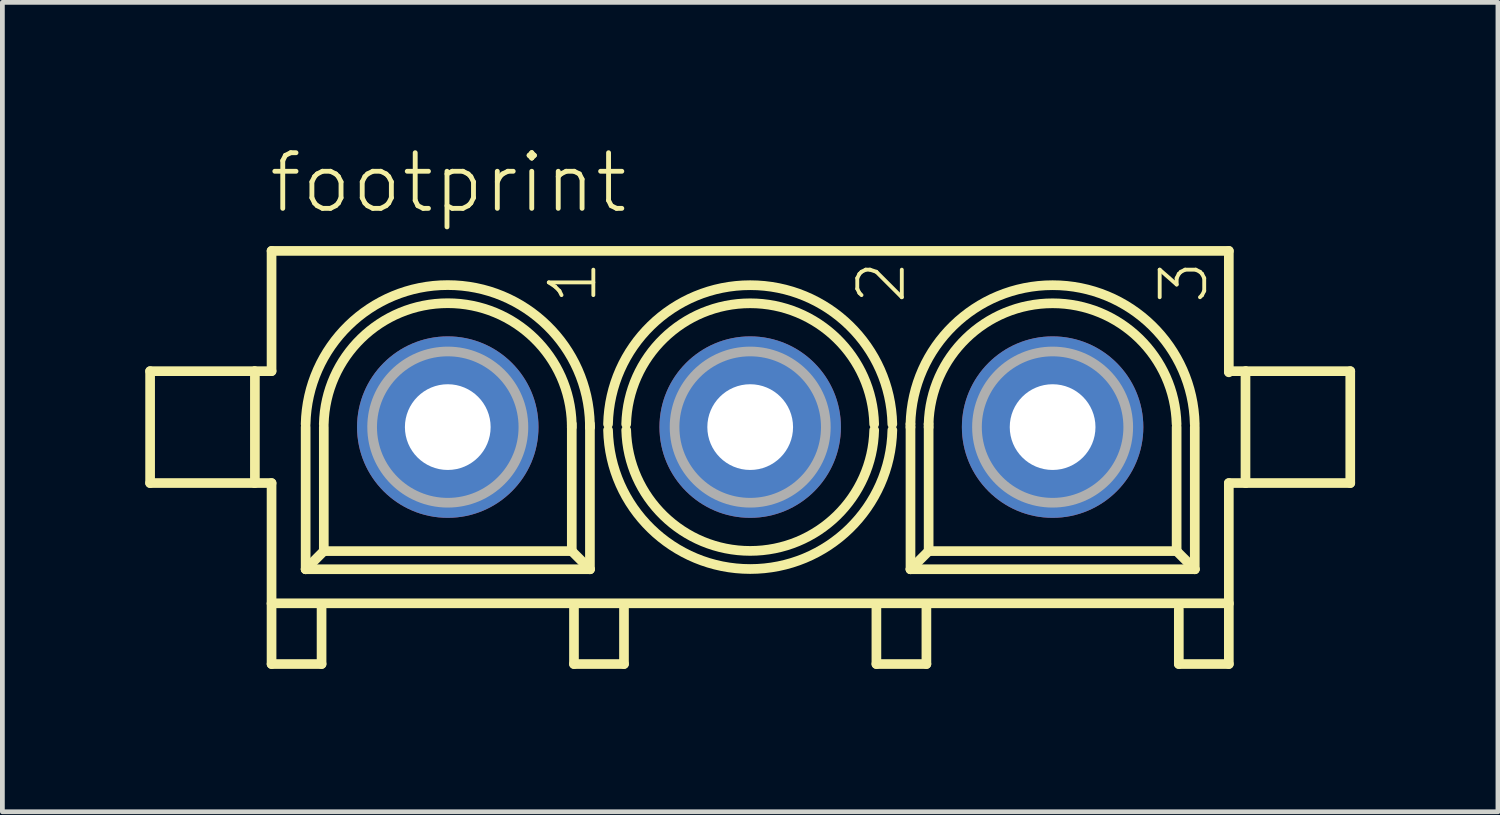
<source format=kicad_pcb>
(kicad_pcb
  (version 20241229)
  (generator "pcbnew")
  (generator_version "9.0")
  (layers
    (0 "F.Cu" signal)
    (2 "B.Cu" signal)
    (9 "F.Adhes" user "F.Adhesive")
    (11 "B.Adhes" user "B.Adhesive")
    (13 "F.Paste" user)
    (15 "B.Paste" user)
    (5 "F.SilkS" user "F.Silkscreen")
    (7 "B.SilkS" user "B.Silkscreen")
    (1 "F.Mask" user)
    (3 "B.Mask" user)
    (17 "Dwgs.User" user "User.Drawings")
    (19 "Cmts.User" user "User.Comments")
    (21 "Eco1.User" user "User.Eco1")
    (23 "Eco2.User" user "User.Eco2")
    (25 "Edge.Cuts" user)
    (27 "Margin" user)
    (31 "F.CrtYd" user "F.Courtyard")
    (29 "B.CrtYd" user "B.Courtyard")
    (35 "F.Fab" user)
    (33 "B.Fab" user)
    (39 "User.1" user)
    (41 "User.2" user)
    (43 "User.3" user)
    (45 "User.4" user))
  (footprint "footprint"
    (layer "F.Cu")
    (at 12.702 5.918)
    (property "Reference" "footprint" (at -10.16 -4.445 0) (layer "F.SilkS") (effects (font (size 1.168 1.168) (thickness 0.102)) (justify left bottom)))
    (fp_line (start -12.6 -1.175) (end -12.6 1.175) (stroke (width 0.203) (type solid)) (layer "F.SilkS"))
    (fp_line (start -12.6 1.175) (end -10.425 1.175) (stroke (width 0.203) (type solid)) (layer "F.SilkS"))
    (fp_line (start -10.425 -1.175) (end -12.6 -1.175) (stroke (width 0.203) (type solid)) (layer "F.SilkS"))
    (fp_line (start -10.4 -1.175) (end -10.05 -1.175) (stroke (width 0.203) (type solid)) (layer "F.SilkS"))
    (fp_line (start -10.4 1.175) (end -10.4 -1.175) (stroke (width 0.203) (type solid)) (layer "F.SilkS"))
    (fp_line (start -10.05 -3.7) (end 10.05 -3.7) (stroke (width 0.203) (type solid)) (layer "F.SilkS"))
    (fp_line (start -10.05 -1.175) (end -10.05 -3.7) (stroke (width 0.203) (type solid)) (layer "F.SilkS"))
    (fp_line (start -10.05 1.175) (end -10.4 1.175) (stroke (width 0.203) (type solid)) (layer "F.SilkS"))
    (fp_line (start -10.05 3.7) (end -10.05 1.175) (stroke (width 0.203) (type solid)) (layer "F.SilkS"))
    (fp_line (start -10.05 3.725) (end -10.05 4.975) (stroke (width 0.203) (type solid)) (layer "F.SilkS"))
    (fp_line (start -10.05 4.975) (end -9 4.975) (stroke (width 0.203) (type solid)) (layer "F.SilkS"))
    (fp_line (start -9.334 2.985) (end -9.334 0) (stroke (width 0.203) (type solid)) (layer "F.SilkS"))
    (fp_line (start -9 4.975) (end -9 3.8) (stroke (width 0.203) (type solid)) (layer "F.SilkS"))
    (fp_line (start -8.953 2.604) (end -9.334 2.985) (stroke (width 0.203) (type solid)) (layer "F.SilkS"))
    (fp_line (start -8.953 2.604) (end -8.953 0) (stroke (width 0.203) (type solid)) (layer "F.SilkS"))
    (fp_line (start -3.747 -0.064) (end -3.747 0) (stroke (width 0.203) (type solid)) (layer "F.SilkS"))
    (fp_line (start -3.746 0) (end -3.746 2.604) (stroke (width 0.203) (type solid)) (layer "F.SilkS"))
    (fp_line (start -3.746 2.604) (end -8.953 2.604) (stroke (width 0.203) (type solid)) (layer "F.SilkS"))
    (fp_line (start -3.746 2.604) (end -3.365 2.985) (stroke (width 0.203) (type solid)) (layer "F.SilkS"))
    (fp_line (start -3.7 4.975) (end -3.7 3.775) (stroke (width 0.203) (type solid)) (layer "F.SilkS"))
    (fp_line (start -3.366 -0.064) (end -3.366 0) (stroke (width 0.203) (type solid)) (layer "F.SilkS"))
    (fp_line (start -3.365 0) (end -3.366 0) (stroke (width 0.203) (type solid)) (layer "F.SilkS"))
    (fp_line (start -3.365 0) (end -3.365 2.985) (stroke (width 0.203) (type solid)) (layer "F.SilkS"))
    (fp_line (start -3.365 2.985) (end -9.334 2.985) (stroke (width 0.203) (type solid)) (layer "F.SilkS"))
    (fp_line (start -2.65 3.775) (end -2.65 4.975) (stroke (width 0.203) (type solid)) (layer "F.SilkS"))
    (fp_line (start -2.65 4.975) (end -3.7 4.975) (stroke (width 0.203) (type solid)) (layer "F.SilkS"))
    (fp_line (start 2.65 4.975) (end 2.65 3.775) (stroke (width 0.203) (type solid)) (layer "F.SilkS"))
    (fp_line (start 3.365 0) (end 3.365 -0.064) (stroke (width 0.203) (type solid)) (layer "F.SilkS"))
    (fp_line (start 3.366 2.985) (end 3.366 0) (stroke (width 0.203) (type solid)) (layer "F.SilkS"))
    (fp_line (start 3.7 3.775) (end 3.7 4.975) (stroke (width 0.203) (type solid)) (layer "F.SilkS"))
    (fp_line (start 3.7 4.975) (end 2.65 4.975) (stroke (width 0.203) (type solid)) (layer "F.SilkS"))
    (fp_line (start 3.746 0) (end 3.746 -0.064) (stroke (width 0.203) (type solid)) (layer "F.SilkS"))
    (fp_line (start 3.747 2.604) (end 3.366 2.985) (stroke (width 0.203) (type solid)) (layer "F.SilkS"))
    (fp_line (start 3.747 2.604) (end 3.747 0) (stroke (width 0.203) (type solid)) (layer "F.SilkS"))
    (fp_line (start 8.954 0) (end 8.954 2.604) (stroke (width 0.203) (type solid)) (layer "F.SilkS"))
    (fp_line (start 8.954 2.604) (end 3.747 2.604) (stroke (width 0.203) (type solid)) (layer "F.SilkS"))
    (fp_line (start 8.954 2.604) (end 9.335 2.985) (stroke (width 0.203) (type solid)) (layer "F.SilkS"))
    (fp_line (start 9 4.975) (end 9 3.825) (stroke (width 0.203) (type solid)) (layer "F.SilkS"))
    (fp_line (start 9.335 0) (end 9.335 2.985) (stroke (width 0.203) (type solid)) (layer "F.SilkS"))
    (fp_line (start 9.335 2.985) (end 3.366 2.985) (stroke (width 0.203) (type solid)) (layer "F.SilkS"))
    (fp_line (start 10.05 -3.7) (end 10.05 -1.175) (stroke (width 0.203) (type solid)) (layer "F.SilkS"))
    (fp_line (start 10.05 -1.175) (end 10.05 -1.15) (stroke (width 0.203) (type solid)) (layer "F.SilkS"))
    (fp_line (start 10.05 -1.175) (end 10.4 -1.175) (stroke (width 0.203) (type solid)) (layer "F.SilkS"))
    (fp_line (start 10.05 1.175) (end 10.05 3.7) (stroke (width 0.203) (type solid)) (layer "F.SilkS"))
    (fp_line (start 10.05 3.7) (end -10.05 3.7) (stroke (width 0.203) (type solid)) (layer "F.SilkS"))
    (fp_line (start 10.05 3.75) (end 10.05 4.975) (stroke (width 0.203) (type solid)) (layer "F.SilkS"))
    (fp_line (start 10.05 4.975) (end 9 4.975) (stroke (width 0.203) (type solid)) (layer "F.SilkS"))
    (fp_line (start 10.4 -1.175) (end 10.4 1.175) (stroke (width 0.203) (type solid)) (layer "F.SilkS"))
    (fp_line (start 10.4 1.175) (end 10.05 1.175) (stroke (width 0.203) (type solid)) (layer "F.SilkS"))
    (fp_line (start 10.425 -1.175) (end 12.6 -1.175) (stroke (width 0.203) (type solid)) (layer "F.SilkS"))
    (fp_line (start 12.6 -1.175) (end 12.6 1.175) (stroke (width 0.203) (type solid)) (layer "F.SilkS"))
    (fp_line (start 12.6 1.175) (end 10.425 1.175) (stroke (width 0.203) (type solid)) (layer "F.SilkS"))
    (fp_arc (start -9.3346 -0.0636) (mid -6.35015 -2.979945) (end -3.3657 -0.0636) (stroke (width 0.2032) (type solid)) (layer "F.SilkS"))
    (fp_arc (start -8.9536 -0.0636) (mid -6.35015 -2.601886) (end -3.7467 -0.0636) (stroke (width 0.2032) (type solid)) (layer "F.SilkS"))
    (fp_arc (start -2.9847 -0.0636) (mid -0.0002 -2.980093) (end 2.9843 -0.0636) (stroke (width 0.2032) (type solid)) (layer "F.SilkS"))
    (fp_arc (start -2.6037 -0.0636) (mid -0.000201 -2.600086) (end 2.6033 -0.063602) (stroke (width 0.2032) (type solid)) (layer "F.SilkS"))
    (fp_arc (start 2.6037 0.0636) (mid 0.000201 2.600086) (end -2.6033 0.063602) (stroke (width 0.2032) (type solid)) (layer "F.SilkS"))
    (fp_arc (start 2.9847 0.0636) (mid 0.0002 2.980093) (end -2.9843 0.0636) (stroke (width 0.2032) (type solid)) (layer "F.SilkS"))
    (fp_arc (start 3.3653 -0.0636) (mid 6.3498 -2.980093) (end 9.3343 -0.0636) (stroke (width 0.2032) (type solid)) (layer "F.SilkS"))
    (fp_arc (start 3.7463 -0.0636) (mid 6.349799 -2.600086) (end 8.9533 -0.063602) (stroke (width 0.2032) (type solid)) (layer "F.SilkS"))
    (fp_circle (center -6.35 0) (end -4.762 0) (stroke (width 0.203) (type solid)) (fill no) (layer "F.Fab"))
    (fp_circle (center 0 0) (end 1.588 0) (stroke (width 0.203) (type solid)) (fill no) (layer "F.Fab"))
    (fp_circle (center 6.35 0) (end 7.938 0) (stroke (width 0.203) (type solid)) (fill no) (layer "F.Fab"))
    (fp_text user "3" (at 9.652 -2.54 90) (layer "F.SilkS") (effects (font (size 0.935 0.935) (thickness 0.081)) (justify left bottom)))
    (fp_text user "1" (at -3.175 -2.54 90) (layer "F.SilkS") (effects (font (size 0.935 0.935) (thickness 0.081)) (justify left bottom)))
    (fp_text user "2" (at 3.302 -2.54 90) (layer "F.SilkS") (effects (font (size 0.935 0.935) (thickness 0.081)) (justify left bottom)))
    (pad "1" thru_hole circle (at -6.35 0) (size 3.81 3.81) (drill 1.8) (layers "*.Cu" "*.Mask"))
    (pad "2" thru_hole circle (at 0 0) (size 3.81 3.81) (drill 1.8) (layers "*.Cu" "*.Mask"))
    (pad "3" thru_hole circle (at 6.35 0) (size 3.81 3.81) (drill 1.8) (layers "*.Cu" "*.Mask")))
  (gr_rect
    (start -3 -3)
    (end 28.403 13.995)
    (stroke (width 0.1) (type default))
    (fill no)
    (layer "Edge.Cuts")))
</source>
